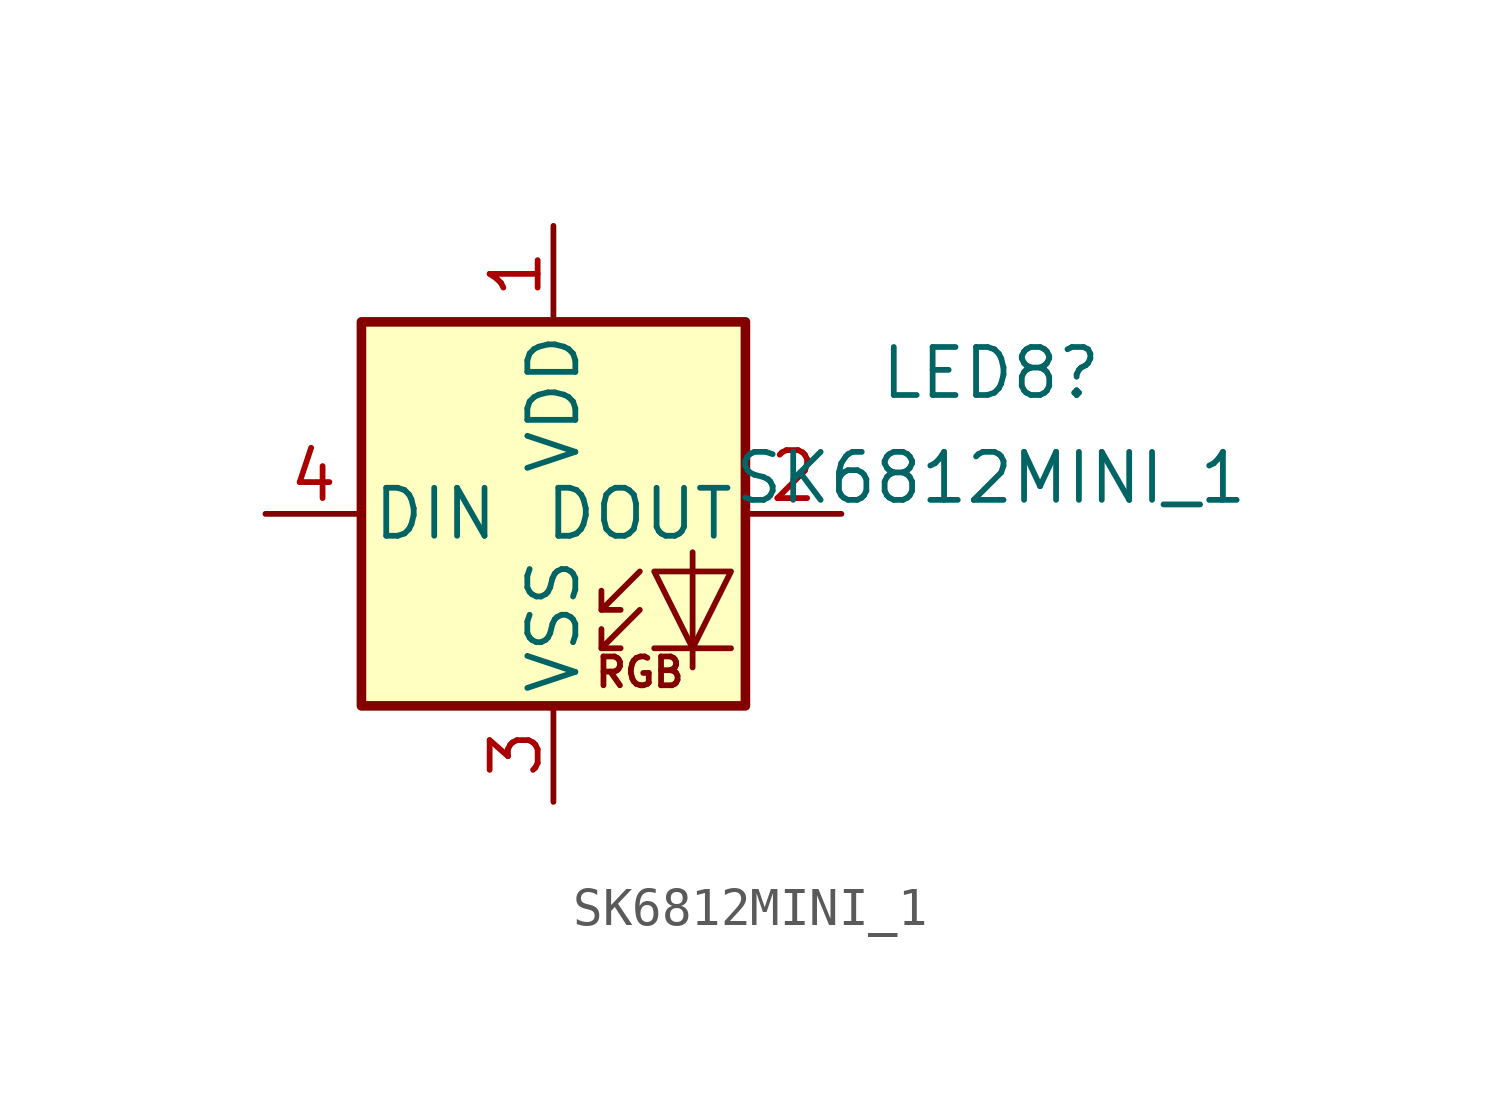
<source format=kicad_sym>
(kicad_symbol_lib
  (version 20211014)
  (generator kicad_symbol_editor)
  (symbol "SK6812MINI_1"
    (pin_names
      (offset 0.254))
    (property "Reference" "LED8"
      (at 11.576 3.725 0)
      (effects (font (size 1.27 1.27))))
    (property "Value" "SK6812MINI_1"
      (at 11.576 0.95 0)
      (effects (font (size 1.27 1.27))))
    (symbol "SK6812MINI_1_0_0"
      (text "RGB" (at 2.286 -4.191 0) (effects (font (size 0.762 0.762)))))
    (symbol "SK6812MINI_1_0_1"
      (polyline (pts (xy 1.27 -3.556) (xy 1.778 -3.556)) (stroke (width 0) (type default) (color 0 0 0 0)) (fill (type none)))
      (polyline (pts (xy 1.27 -2.54) (xy 1.778 -2.54)) (stroke (width 0) (type default) (color 0 0 0 0)) (fill (type none)))
      (polyline (pts (xy 4.699 -3.556) (xy 2.667 -3.556)) (stroke (width 0) (type default) (color 0 0 0 0)) (fill (type none)))
      (polyline (pts (xy 2.286 -2.54) (xy 1.27 -3.556) (xy 1.27 -3.048)) (stroke (width 0) (type default) (color 0 0 0 0)) (fill (type none)))
      (polyline (pts (xy 2.286 -1.524) (xy 1.27 -2.54) (xy 1.27 -2.032)) (stroke (width 0) (type default) (color 0 0 0 0)) (fill (type none)))
      (polyline (pts (xy 3.683 -1.016) (xy 3.683 -3.556) (xy 3.683 -4.064)) (stroke (width 0) (type default) (color 0 0 0 0)) (fill (type none)))
      (polyline (pts (xy 4.699 -1.524) (xy 2.667 -1.524) (xy 3.683 -3.556) (xy 4.699 -1.524)) (stroke (width 0) (type default) (color 0 0 0 0)) (fill (type none)))
      (rectangle (start 5.08 5.08) (end -5.08 -5.08) (stroke (width 0.254) (type default) (color 0 0 0 0)) (fill (type background))))
    (symbol "SK6812MINI_1_1_1"
      (pin power_in line (at 0 7.62 270) (length 2.54) (name "VDD" (effects (font (size 1.27 1.27)))) (number "1" (effects (font (size 1.27 1.27)))))
      (pin output line (at 7.62 0 180) (length 2.54) (name "DOUT" (effects (font (size 1.27 1.27)))) (number "2" (effects (font (size 1.27 1.27)))))
      (pin power_in line (at 0 -7.62 90) (length 2.54) (name "VSS" (effects (font (size 1.27 1.27)))) (number "3" (effects (font (size 1.27 1.27)))))
      (pin input line (at -7.62 0 0) (length 2.54) (name "DIN" (effects (font (size 1.27 1.27)))) (number "4" (effects (font (size 1.27 1.27))))))))
</source>
